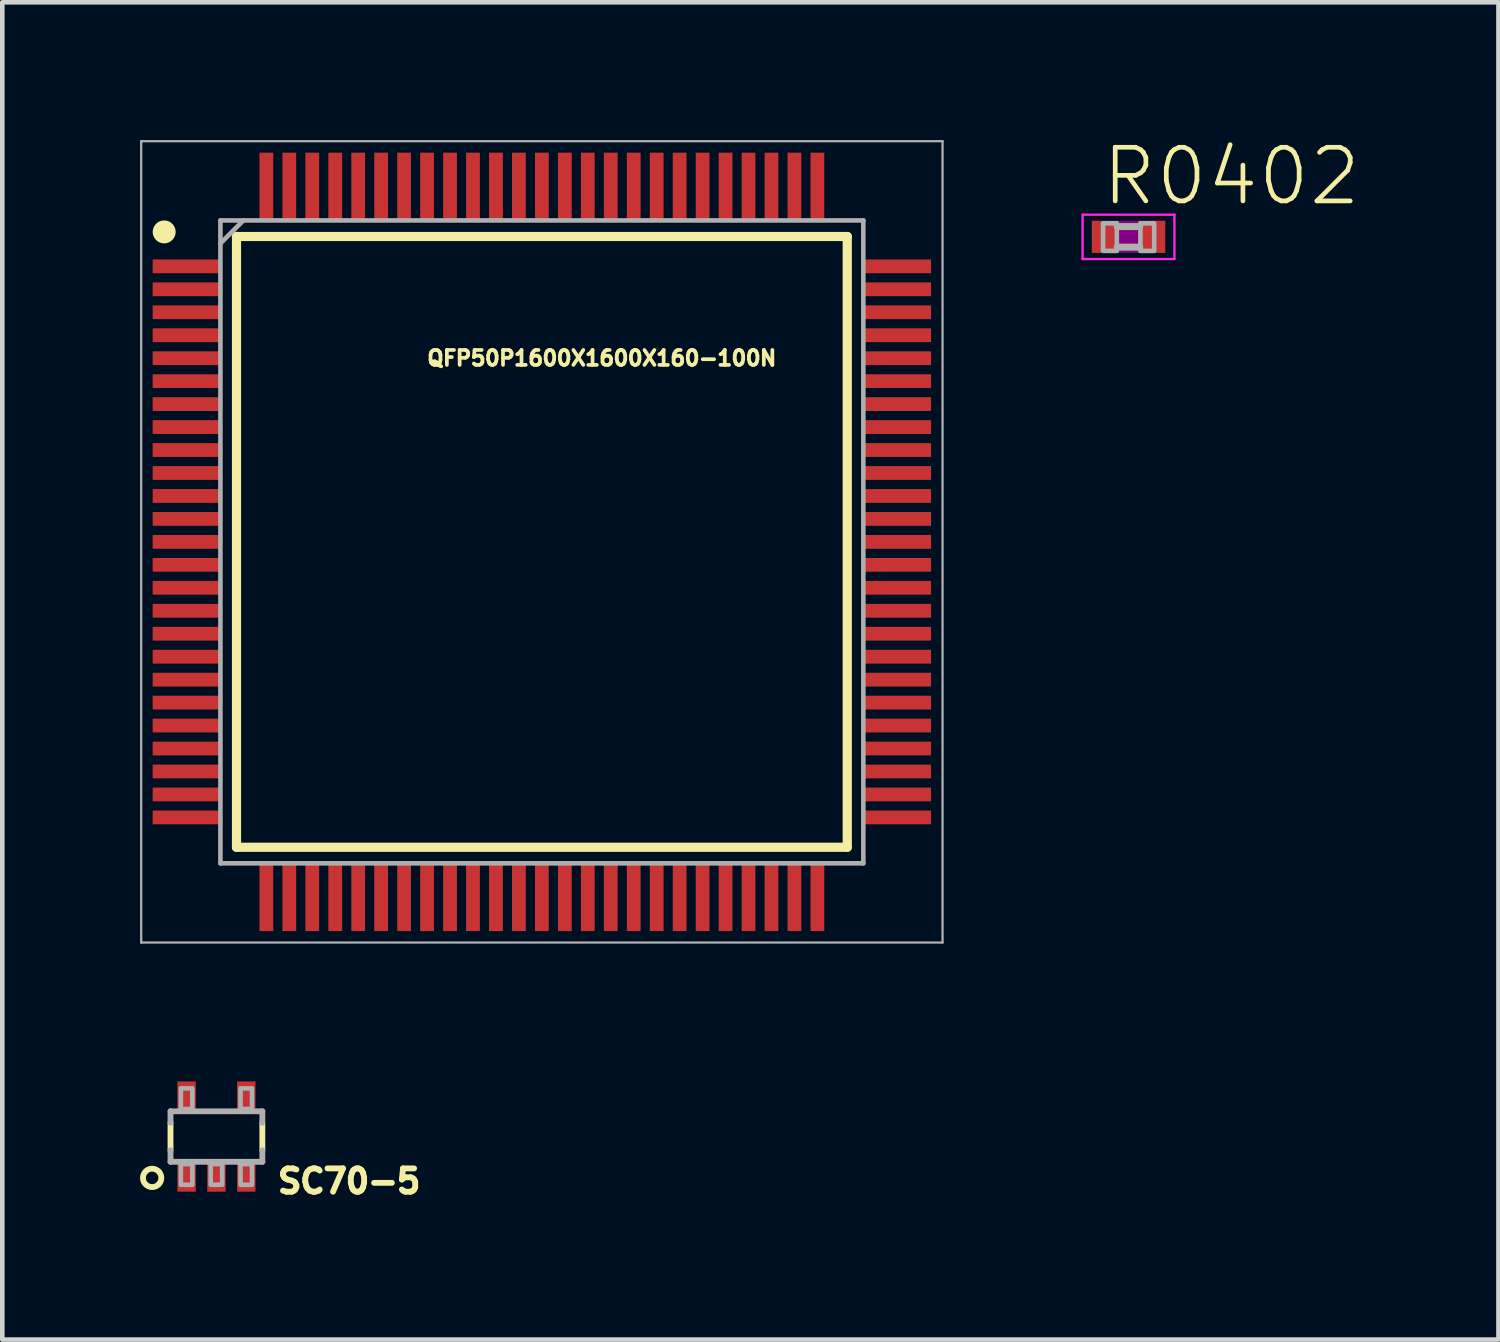
<source format=kicad_pcb>
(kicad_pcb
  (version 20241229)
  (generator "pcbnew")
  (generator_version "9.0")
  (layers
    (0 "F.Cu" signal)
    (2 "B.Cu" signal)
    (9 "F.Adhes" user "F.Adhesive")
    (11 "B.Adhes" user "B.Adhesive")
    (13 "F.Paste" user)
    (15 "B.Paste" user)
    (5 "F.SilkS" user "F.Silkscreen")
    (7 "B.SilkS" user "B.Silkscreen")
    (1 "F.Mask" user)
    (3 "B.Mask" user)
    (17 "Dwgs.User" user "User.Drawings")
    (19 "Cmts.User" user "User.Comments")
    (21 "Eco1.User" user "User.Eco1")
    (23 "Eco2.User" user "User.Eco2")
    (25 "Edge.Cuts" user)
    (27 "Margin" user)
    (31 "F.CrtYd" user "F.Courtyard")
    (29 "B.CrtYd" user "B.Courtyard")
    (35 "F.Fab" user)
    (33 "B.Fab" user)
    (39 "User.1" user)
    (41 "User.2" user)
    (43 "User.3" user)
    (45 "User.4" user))
  (footprint "QFP50P1600X1600X160-100N"
    (layer "F.Cu")
    (at 8.75 8.75)
    (property "Reference" "QFP50P1600X1600X160-100N" (at -2.54 -3.81 0) (layer "F.SilkS") (effects (font (size 0.325 0.325) (thickness 0.081)) (justify left bottom)))
    (fp_line (start -6.65 -6.65) (end 6.65 -6.65) (stroke (width 0.2) (type solid)) (layer "F.SilkS"))
    (fp_line (start -6.65 6.65) (end -6.65 -6.65) (stroke (width 0.2) (type solid)) (layer "F.SilkS"))
    (fp_line (start 6.65 -6.65) (end 6.65 6.65) (stroke (width 0.2) (type solid)) (layer "F.SilkS"))
    (fp_line (start 6.65 6.65) (end -6.65 6.65) (stroke (width 0.2) (type solid)) (layer "F.SilkS"))
    (fp_circle (center -8.225 -6.75) (end -8.1 -6.75) (stroke (width 0.25) (type solid)) (fill no) (layer "F.SilkS"))
    (fp_line (start -8.725 -8.725) (end 8.725 -8.725) (stroke (width 0.05) (type solid)) (layer "F.Fab"))
    (fp_line (start -8.725 8.725) (end -8.725 -8.725) (stroke (width 0.05) (type solid)) (layer "F.Fab"))
    (fp_line (start -7 -7) (end 7 -7) (stroke (width 0.1) (type solid)) (layer "F.Fab"))
    (fp_line (start -7 -6.5) (end -6.5 -7) (stroke (width 0.1) (type solid)) (layer "F.Fab"))
    (fp_line (start -7 7) (end -7 -7) (stroke (width 0.1) (type solid)) (layer "F.Fab"))
    (fp_line (start 7 -7) (end 7 7) (stroke (width 0.1) (type solid)) (layer "F.Fab"))
    (fp_line (start 7 7) (end -7 7) (stroke (width 0.1) (type solid)) (layer "F.Fab"))
    (fp_line (start 8.725 -8.725) (end 8.725 8.725) (stroke (width 0.05) (type solid)) (layer "F.Fab"))
    (fp_line (start 8.725 8.725) (end -8.725 8.725) (stroke (width 0.05) (type solid)) (layer "F.Fab"))
    (pad "1" smd rect (at -7.738 -6) (size 1.475 0.3) (layers "F.Cu" "F.Mask" "F.Paste"))
    (pad "2" smd rect (at -7.738 -5.5) (size 1.475 0.3) (layers "F.Cu" "F.Mask" "F.Paste"))
    (pad "3" smd rect (at -7.738 -5) (size 1.475 0.3) (layers "F.Cu" "F.Mask" "F.Paste"))
    (pad "4" smd rect (at -7.738 -4.5) (size 1.475 0.3) (layers "F.Cu" "F.Mask" "F.Paste"))
    (pad "5" smd rect (at -7.738 -4) (size 1.475 0.3) (layers "F.Cu" "F.Mask" "F.Paste"))
    (pad "6" smd rect (at -7.738 -3.5) (size 1.475 0.3) (layers "F.Cu" "F.Mask" "F.Paste"))
    (pad "7" smd rect (at -7.738 -3) (size 1.475 0.3) (layers "F.Cu" "F.Mask" "F.Paste"))
    (pad "8" smd rect (at -7.738 -2.5) (size 1.475 0.3) (layers "F.Cu" "F.Mask" "F.Paste"))
    (pad "9" smd rect (at -7.738 -2) (size 1.475 0.3) (layers "F.Cu" "F.Mask" "F.Paste"))
    (pad "10" smd rect (at -7.738 -1.5) (size 1.475 0.3) (layers "F.Cu" "F.Mask" "F.Paste"))
    (pad "11" smd rect (at -7.738 -1) (size 1.475 0.3) (layers "F.Cu" "F.Mask" "F.Paste"))
    (pad "12" smd rect (at -7.738 -0.5) (size 1.475 0.3) (layers "F.Cu" "F.Mask" "F.Paste"))
    (pad "13" smd rect (at -7.738 0) (size 1.475 0.3) (layers "F.Cu" "F.Mask" "F.Paste"))
    (pad "14" smd rect (at -7.738 0.5) (size 1.475 0.3) (layers "F.Cu" "F.Mask" "F.Paste"))
    (pad "15" smd rect (at -7.738 1) (size 1.475 0.3) (layers "F.Cu" "F.Mask" "F.Paste"))
    (pad "16" smd rect (at -7.738 1.5) (size 1.475 0.3) (layers "F.Cu" "F.Mask" "F.Paste"))
    (pad "17" smd rect (at -7.738 2) (size 1.475 0.3) (layers "F.Cu" "F.Mask" "F.Paste"))
    (pad "18" smd rect (at -7.738 2.5) (size 1.475 0.3) (layers "F.Cu" "F.Mask" "F.Paste"))
    (pad "19" smd rect (at -7.738 3) (size 1.475 0.3) (layers "F.Cu" "F.Mask" "F.Paste"))
    (pad "20" smd rect (at -7.738 3.5) (size 1.475 0.3) (layers "F.Cu" "F.Mask" "F.Paste"))
    (pad "21" smd rect (at -7.738 4) (size 1.475 0.3) (layers "F.Cu" "F.Mask" "F.Paste"))
    (pad "22" smd rect (at -7.738 4.5) (size 1.475 0.3) (layers "F.Cu" "F.Mask" "F.Paste"))
    (pad "23" smd rect (at -7.738 5) (size 1.475 0.3) (layers "F.Cu" "F.Mask" "F.Paste"))
    (pad "24" smd rect (at -7.738 5.5) (size 1.475 0.3) (layers "F.Cu" "F.Mask" "F.Paste"))
    (pad "25" smd rect (at -7.738 6) (size 1.475 0.3) (layers "F.Cu" "F.Mask" "F.Paste"))
    (pad "26" smd rect (at -6 7.738 90) (size 1.475 0.3) (layers "F.Cu" "F.Mask" "F.Paste"))
    (pad "27" smd rect (at -5.5 7.738 90) (size 1.475 0.3) (layers "F.Cu" "F.Mask" "F.Paste"))
    (pad "28" smd rect (at -5 7.738 90) (size 1.475 0.3) (layers "F.Cu" "F.Mask" "F.Paste"))
    (pad "29" smd rect (at -4.5 7.738 90) (size 1.475 0.3) (layers "F.Cu" "F.Mask" "F.Paste"))
    (pad "30" smd rect (at -4 7.738 90) (size 1.475 0.3) (layers "F.Cu" "F.Mask" "F.Paste"))
    (pad "31" smd rect (at -3.5 7.738 90) (size 1.475 0.3) (layers "F.Cu" "F.Mask" "F.Paste"))
    (pad "32" smd rect (at -3 7.738 90) (size 1.475 0.3) (layers "F.Cu" "F.Mask" "F.Paste"))
    (pad "33" smd rect (at -2.5 7.738 90) (size 1.475 0.3) (layers "F.Cu" "F.Mask" "F.Paste"))
    (pad "34" smd rect (at -2 7.738 90) (size 1.475 0.3) (layers "F.Cu" "F.Mask" "F.Paste"))
    (pad "35" smd rect (at -1.5 7.738 90) (size 1.475 0.3) (layers "F.Cu" "F.Mask" "F.Paste"))
    (pad "36" smd rect (at -1 7.738 90) (size 1.475 0.3) (layers "F.Cu" "F.Mask" "F.Paste"))
    (pad "37" smd rect (at -0.5 7.738 90) (size 1.475 0.3) (layers "F.Cu" "F.Mask" "F.Paste"))
    (pad "38" smd rect (at 0 7.738 90) (size 1.475 0.3) (layers "F.Cu" "F.Mask" "F.Paste"))
    (pad "39" smd rect (at 0.5 7.738 90) (size 1.475 0.3) (layers "F.Cu" "F.Mask" "F.Paste"))
    (pad "40" smd rect (at 1 7.738 90) (size 1.475 0.3) (layers "F.Cu" "F.Mask" "F.Paste"))
    (pad "41" smd rect (at 1.5 7.738 90) (size 1.475 0.3) (layers "F.Cu" "F.Mask" "F.Paste"))
    (pad "42" smd rect (at 2 7.738 90) (size 1.475 0.3) (layers "F.Cu" "F.Mask" "F.Paste"))
    (pad "43" smd rect (at 2.5 7.738 90) (size 1.475 0.3) (layers "F.Cu" "F.Mask" "F.Paste"))
    (pad "44" smd rect (at 3 7.738 90) (size 1.475 0.3) (layers "F.Cu" "F.Mask" "F.Paste"))
    (pad "45" smd rect (at 3.5 7.738 90) (size 1.475 0.3) (layers "F.Cu" "F.Mask" "F.Paste"))
    (pad "46" smd rect (at 4 7.738 90) (size 1.475 0.3) (layers "F.Cu" "F.Mask" "F.Paste"))
    (pad "47" smd rect (at 4.5 7.738 90) (size 1.475 0.3) (layers "F.Cu" "F.Mask" "F.Paste"))
    (pad "48" smd rect (at 5 7.738 90) (size 1.475 0.3) (layers "F.Cu" "F.Mask" "F.Paste"))
    (pad "49" smd rect (at 5.5 7.738 90) (size 1.475 0.3) (layers "F.Cu" "F.Mask" "F.Paste"))
    (pad "50" smd rect (at 6 7.738 90) (size 1.475 0.3) (layers "F.Cu" "F.Mask" "F.Paste"))
    (pad "51" smd rect (at 7.738 6) (size 1.475 0.3) (layers "F.Cu" "F.Mask" "F.Paste"))
    (pad "52" smd rect (at 7.738 5.5) (size 1.475 0.3) (layers "F.Cu" "F.Mask" "F.Paste"))
    (pad "53" smd rect (at 7.738 5) (size 1.475 0.3) (layers "F.Cu" "F.Mask" "F.Paste"))
    (pad "54" smd rect (at 7.738 4.5) (size 1.475 0.3) (layers "F.Cu" "F.Mask" "F.Paste"))
    (pad "55" smd rect (at 7.738 4) (size 1.475 0.3) (layers "F.Cu" "F.Mask" "F.Paste"))
    (pad "56" smd rect (at 7.738 3.5) (size 1.475 0.3) (layers "F.Cu" "F.Mask" "F.Paste"))
    (pad "57" smd rect (at 7.738 3) (size 1.475 0.3) (layers "F.Cu" "F.Mask" "F.Paste"))
    (pad "58" smd rect (at 7.738 2.5) (size 1.475 0.3) (layers "F.Cu" "F.Mask" "F.Paste"))
    (pad "59" smd rect (at 7.738 2) (size 1.475 0.3) (layers "F.Cu" "F.Mask" "F.Paste"))
    (pad "60" smd rect (at 7.738 1.5) (size 1.475 0.3) (layers "F.Cu" "F.Mask" "F.Paste"))
    (pad "61" smd rect (at 7.738 1) (size 1.475 0.3) (layers "F.Cu" "F.Mask" "F.Paste"))
    (pad "62" smd rect (at 7.738 0.5) (size 1.475 0.3) (layers "F.Cu" "F.Mask" "F.Paste"))
    (pad "63" smd rect (at 7.738 0) (size 1.475 0.3) (layers "F.Cu" "F.Mask" "F.Paste"))
    (pad "64" smd rect (at 7.738 -0.5) (size 1.475 0.3) (layers "F.Cu" "F.Mask" "F.Paste"))
    (pad "65" smd rect (at 7.738 -1) (size 1.475 0.3) (layers "F.Cu" "F.Mask" "F.Paste"))
    (pad "66" smd rect (at 7.738 -1.5) (size 1.475 0.3) (layers "F.Cu" "F.Mask" "F.Paste"))
    (pad "67" smd rect (at 7.738 -2) (size 1.475 0.3) (layers "F.Cu" "F.Mask" "F.Paste"))
    (pad "68" smd rect (at 7.738 -2.5) (size 1.475 0.3) (layers "F.Cu" "F.Mask" "F.Paste"))
    (pad "69" smd rect (at 7.738 -3) (size 1.475 0.3) (layers "F.Cu" "F.Mask" "F.Paste"))
    (pad "70" smd rect (at 7.738 -3.5) (size 1.475 0.3) (layers "F.Cu" "F.Mask" "F.Paste"))
    (pad "71" smd rect (at 7.738 -4) (size 1.475 0.3) (layers "F.Cu" "F.Mask" "F.Paste"))
    (pad "72" smd rect (at 7.738 -4.5) (size 1.475 0.3) (layers "F.Cu" "F.Mask" "F.Paste"))
    (pad "73" smd rect (at 7.738 -5) (size 1.475 0.3) (layers "F.Cu" "F.Mask" "F.Paste"))
    (pad "74" smd rect (at 7.738 -5.5) (size 1.475 0.3) (layers "F.Cu" "F.Mask" "F.Paste"))
    (pad "75" smd rect (at 7.738 -6) (size 1.475 0.3) (layers "F.Cu" "F.Mask" "F.Paste"))
    (pad "76" smd rect (at 6 -7.738 90) (size 1.475 0.3) (layers "F.Cu" "F.Mask" "F.Paste"))
    (pad "77" smd rect (at 5.5 -7.738 90) (size 1.475 0.3) (layers "F.Cu" "F.Mask" "F.Paste"))
    (pad "78" smd rect (at 5 -7.738 90) (size 1.475 0.3) (layers "F.Cu" "F.Mask" "F.Paste"))
    (pad "79" smd rect (at 4.5 -7.738 90) (size 1.475 0.3) (layers "F.Cu" "F.Mask" "F.Paste"))
    (pad "80" smd rect (at 4 -7.738 90) (size 1.475 0.3) (layers "F.Cu" "F.Mask" "F.Paste"))
    (pad "81" smd rect (at 3.5 -7.738 90) (size 1.475 0.3) (layers "F.Cu" "F.Mask" "F.Paste"))
    (pad "82" smd rect (at 3 -7.738 90) (size 1.475 0.3) (layers "F.Cu" "F.Mask" "F.Paste"))
    (pad "83" smd rect (at 2.5 -7.738 90) (size 1.475 0.3) (layers "F.Cu" "F.Mask" "F.Paste"))
    (pad "84" smd rect (at 2 -7.738 90) (size 1.475 0.3) (layers "F.Cu" "F.Mask" "F.Paste"))
    (pad "85" smd rect (at 1.5 -7.738 90) (size 1.475 0.3) (layers "F.Cu" "F.Mask" "F.Paste"))
    (pad "86" smd rect (at 1 -7.738 90) (size 1.475 0.3) (layers "F.Cu" "F.Mask" "F.Paste"))
    (pad "87" smd rect (at 0.5 -7.738 90) (size 1.475 0.3) (layers "F.Cu" "F.Mask" "F.Paste"))
    (pad "88" smd rect (at 0 -7.738 90) (size 1.475 0.3) (layers "F.Cu" "F.Mask" "F.Paste"))
    (pad "89" smd rect (at -0.5 -7.738 90) (size 1.475 0.3) (layers "F.Cu" "F.Mask" "F.Paste"))
    (pad "90" smd rect (at -1 -7.738 90) (size 1.475 0.3) (layers "F.Cu" "F.Mask" "F.Paste"))
    (pad "91" smd rect (at -1.5 -7.738 90) (size 1.475 0.3) (layers "F.Cu" "F.Mask" "F.Paste"))
    (pad "92" smd rect (at -2 -7.738 90) (size 1.475 0.3) (layers "F.Cu" "F.Mask" "F.Paste"))
    (pad "93" smd rect (at -2.5 -7.738 90) (size 1.475 0.3) (layers "F.Cu" "F.Mask" "F.Paste"))
    (pad "94" smd rect (at -3 -7.738 90) (size 1.475 0.3) (layers "F.Cu" "F.Mask" "F.Paste"))
    (pad "95" smd rect (at -3.5 -7.738 90) (size 1.475 0.3) (layers "F.Cu" "F.Mask" "F.Paste"))
    (pad "96" smd rect (at -4 -7.738 90) (size 1.475 0.3) (layers "F.Cu" "F.Mask" "F.Paste"))
    (pad "97" smd rect (at -4.5 -7.738 90) (size 1.475 0.3) (layers "F.Cu" "F.Mask" "F.Paste"))
    (pad "98" smd rect (at -5 -7.738 90) (size 1.475 0.3) (layers "F.Cu" "F.Mask" "F.Paste"))
    (pad "99" smd rect (at -5.5 -7.738 90) (size 1.475 0.3) (layers "F.Cu" "F.Mask" "F.Paste"))
    (pad "100" smd rect (at -6 -7.738 90) (size 1.475 0.3) (layers "F.Cu" "F.Mask" "F.Paste")))
  (footprint "SC70-5"
    (layer "F.Cu")
    (at 1.663 21.7)
    (property "Reference" "SC70-5" (at 1.27 1.27 0) (layer "F.SilkS") (effects (font (size 0.508 0.508) (thickness 0.127)) (justify left bottom)))
    (fp_line (start -1 -0.3) (end -1 0.3) (stroke (width 0.127) (type solid)) (layer "F.SilkS"))
    (fp_line (start 1 0.3) (end 1 -0.3) (stroke (width 0.127) (type solid)) (layer "F.SilkS"))
    (fp_circle (center -1.4 0.9) (end -1.2 0.9) (stroke (width 0.127) (type solid)) (fill no) (layer "F.SilkS"))
    (fp_line (start -1 -0.55) (end -1 -0.3) (stroke (width 0.127) (type solid)) (layer "F.Fab"))
    (fp_line (start -1 0.55) (end -1 0.3) (stroke (width 0.127) (type solid)) (layer "F.Fab"))
    (fp_line (start -1 0.55) (end 1 0.55) (stroke (width 0.127) (type solid)) (layer "F.Fab"))
    (fp_line (start 1 -0.55) (end -1 -0.55) (stroke (width 0.127) (type solid)) (layer "F.Fab"))
    (fp_line (start 1 -0.55) (end 1 -0.3) (stroke (width 0.127) (type solid)) (layer "F.Fab"))
    (fp_line (start 1 0.55) (end 1 0.3) (stroke (width 0.127) (type solid)) (layer "F.Fab"))
    (fp_poly (pts (xy -0.775 -0.6) (xy -0.525 -0.6) (xy -0.525 -1.05) (xy -0.775 -1.05)) (stroke (width 0.1) (type solid)) (fill no) (layer "F.Fab"))
    (fp_poly (pts (xy -0.775 1.05) (xy -0.525 1.05) (xy -0.525 0.6) (xy -0.775 0.6)) (stroke (width 0.1) (type solid)) (fill no) (layer "F.Fab"))
    (fp_poly (pts (xy -0.125 1.05) (xy 0.125 1.05) (xy 0.125 0.6) (xy -0.125 0.6)) (stroke (width 0.1) (type solid)) (fill no) (layer "F.Fab"))
    (fp_poly (pts (xy 0.525 -0.6) (xy 0.775 -0.6) (xy 0.775 -1.05) (xy 0.525 -1.05)) (stroke (width 0.1) (type solid)) (fill no) (layer "F.Fab"))
    (fp_poly (pts (xy 0.525 1.05) (xy 0.775 1.05) (xy 0.775 0.6) (xy 0.525 0.6)) (stroke (width 0.1) (type solid)) (fill no) (layer "F.Fab"))
    (pad "1" smd rect (at -0.65 0.85) (size 0.4 0.7) (layers "F.Cu" "F.Mask" "F.Paste"))
    (pad "2" smd rect (at 0 0.85) (size 0.4 0.7) (layers "F.Cu" "F.Mask" "F.Paste"))
    (pad "3" smd rect (at 0.65 0.85) (size 0.4 0.7) (layers "F.Cu" "F.Mask" "F.Paste"))
    (pad "4" smd rect (at 0.65 -0.85) (size 0.4 0.7) (layers "F.Cu" "F.Mask" "F.Paste"))
    (pad "5" smd rect (at -0.65 -0.85) (size 0.4 0.7) (layers "F.Cu" "F.Mask" "F.Paste")))
  (footprint "R0402"
    (layer "F.Cu")
    (at 21.525 2.108)
    (property "Reference" "R0402" (at -0.635 -0.635 0) (layer "F.SilkS") (effects (font (size 1.168 1.168) (thickness 0.102)) (justify left bottom)))
    (fp_poly (pts (xy -0.2 0.35) (xy 0.2 0.35) (xy 0.2 -0.35) (xy -0.2 -0.35)) (stroke (width 0) (type solid)) (fill yes) (layer "F.Adhes"))
    (fp_line (start -1 -0.483) (end 1 -0.483) (stroke (width 0.051) (type solid)) (layer "F.CrtYd"))
    (fp_line (start -1 0.483) (end -1 -0.483) (stroke (width 0.051) (type solid)) (layer "F.CrtYd"))
    (fp_line (start 1 -0.483) (end 1 0.483) (stroke (width 0.051) (type solid)) (layer "F.CrtYd"))
    (fp_line (start 1 0.483) (end -1 0.483) (stroke (width 0.051) (type solid)) (layer "F.CrtYd"))
    (fp_line (start -0.245 -0.224) (end 0.245 -0.224) (stroke (width 0.152) (type solid)) (layer "F.Fab"))
    (fp_line (start 0.245 0.224) (end -0.245 0.224) (stroke (width 0.152) (type solid)) (layer "F.Fab"))
    (fp_poly (pts (xy -0.554 0.305) (xy -0.254 0.305) (xy -0.254 -0.295) (xy -0.554 -0.295)) (stroke (width 0.1) (type solid)) (fill no) (layer "F.Fab"))
    (fp_poly (pts (xy 0.259 0.305) (xy 0.559 0.305) (xy 0.559 -0.295) (xy 0.259 -0.295)) (stroke (width 0.1) (type solid)) (fill no) (layer "F.Fab"))
    (pad "1" smd rect (at -0.5 0) (size 0.6 0.7) (layers "F.Cu" "F.Mask" "F.Paste"))
    (pad "2" smd rect (at 0.5 0) (size 0.6 0.7) (layers "F.Cu" "F.Mask" "F.Paste")))
  (gr_rect
    (start -3 -3)
    (end 29.581 26.121)
    (stroke (width 0.1) (type default))
    (fill no)
    (layer "Edge.Cuts")))
</source>
